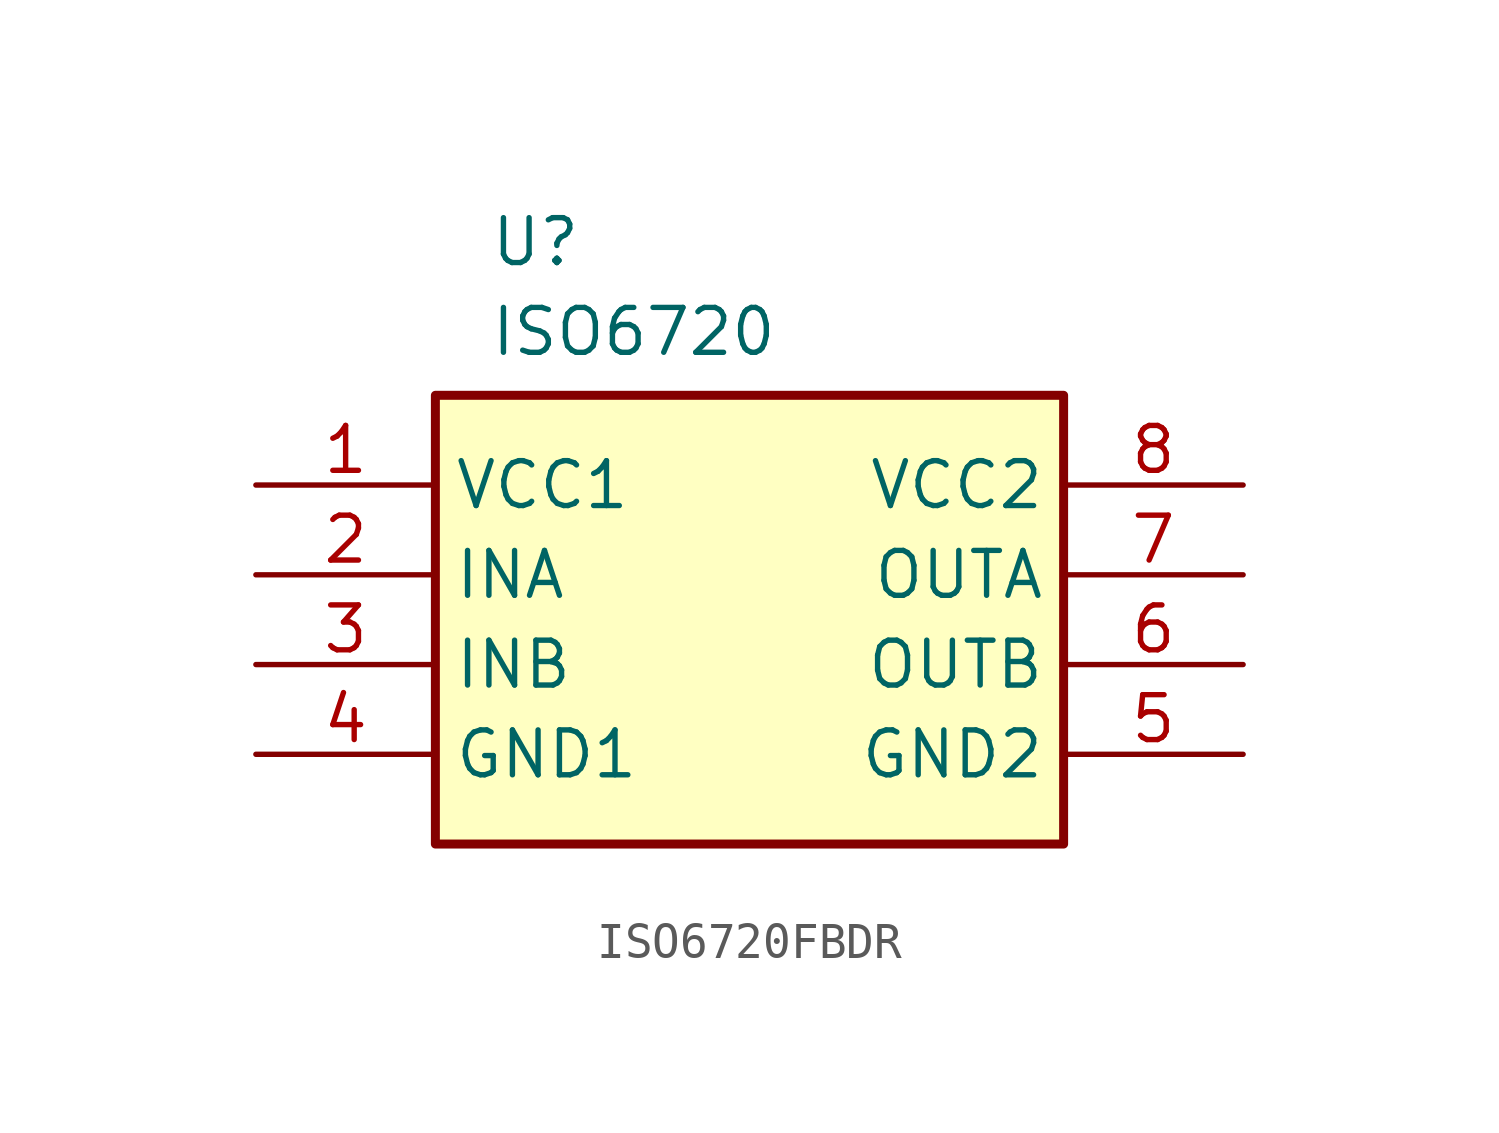
<source format=kicad_sym>
(kicad_symbol_lib
  (version 20231120)
  (generator "kicad_symbol_editor")
  (generator_version "8.0")
  (symbol "ISO6720FBDR"
    (property "Reference" "U"
      (at 6.604 7.62 0)
      (effects (font (size 1.27 1.27)) (justify left top)))
    (property "Value" "ISO6720"
      (at 6.604 5.08 0)
      (effects (font (size 1.27 1.27)) (justify left top)))
    (symbol "ISO6720FBDR_1_1"
      (rectangle (start 5.08 2.54) (end 22.86 -10.16) (stroke (width 0.254) (type default)) (fill (type background)))
      (pin passive line (at 0 0 0) (length 5.08) (name "VCC1" (effects (font (size 1.27 1.27)))) (number "1" (effects (font (size 1.27 1.27)))))
      (pin passive line (at 0 -2.54 0) (length 5.08) (name "INA" (effects (font (size 1.27 1.27)))) (number "2" (effects (font (size 1.27 1.27)))))
      (pin passive line (at 0 -5.08 0) (length 5.08) (name "INB" (effects (font (size 1.27 1.27)))) (number "3" (effects (font (size 1.27 1.27)))))
      (pin passive line (at 0 -7.62 0) (length 5.08) (name "GND1" (effects (font (size 1.27 1.27)))) (number "4" (effects (font (size 1.27 1.27)))))
      (pin passive line (at 27.94 -7.62 180) (length 5.08) (name "GND2" (effects (font (size 1.27 1.27)))) (number "5" (effects (font (size 1.27 1.27)))))
      (pin passive line (at 27.94 -5.08 180) (length 5.08) (name "OUTB" (effects (font (size 1.27 1.27)))) (number "6" (effects (font (size 1.27 1.27)))))
      (pin passive line (at 27.94 -2.54 180) (length 5.08) (name "OUTA" (effects (font (size 1.27 1.27)))) (number "7" (effects (font (size 1.27 1.27)))))
      (pin passive line (at 27.94 0 180) (length 5.08) (name "VCC2" (effects (font (size 1.27 1.27)))) (number "8" (effects (font (size 1.27 1.27))))))))
</source>
